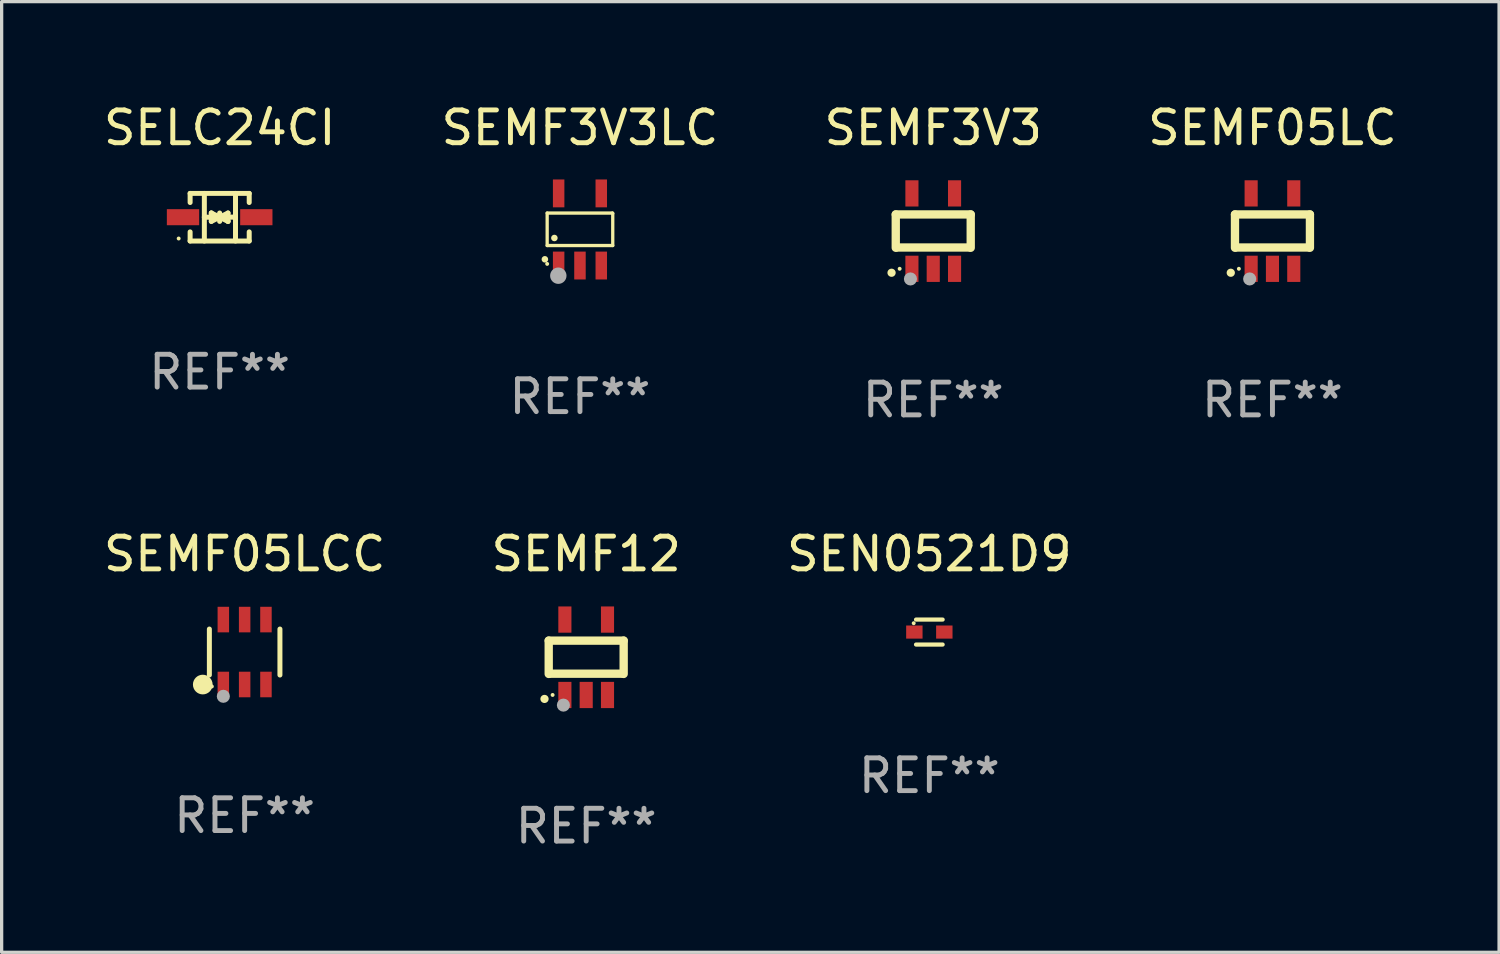
<source format=kicad_pcb>
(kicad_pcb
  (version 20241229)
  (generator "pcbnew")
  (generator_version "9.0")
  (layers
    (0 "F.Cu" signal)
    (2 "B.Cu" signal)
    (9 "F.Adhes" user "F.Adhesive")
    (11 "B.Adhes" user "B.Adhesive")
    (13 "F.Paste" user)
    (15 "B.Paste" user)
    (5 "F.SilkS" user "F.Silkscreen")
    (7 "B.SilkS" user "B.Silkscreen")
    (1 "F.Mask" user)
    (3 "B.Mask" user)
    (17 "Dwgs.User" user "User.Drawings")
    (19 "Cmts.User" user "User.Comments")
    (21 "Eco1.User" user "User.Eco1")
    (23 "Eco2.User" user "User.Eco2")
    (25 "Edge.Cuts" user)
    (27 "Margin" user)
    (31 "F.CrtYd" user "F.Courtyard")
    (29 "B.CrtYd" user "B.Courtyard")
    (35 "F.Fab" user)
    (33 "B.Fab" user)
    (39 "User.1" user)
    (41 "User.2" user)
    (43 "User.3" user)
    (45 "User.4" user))
  (footprint "SEN0521D9"
    (layer "F.Cu")
    (at 25.292 16.226)
    (property "Reference" "SEN0521D9" (at 0 -2.381 0) (layer "F.SilkS") (effects (font (size 1 1) (thickness 0.15))))
    (attr through_hole)
    (fp_line (start -0.406 -0.381) (end 0.406 -0.381) (stroke (width 0.127) (type solid)) (layer "F.SilkS"))
    (fp_line (start 0.406 0.381) (end -0.406 0.381) (stroke (width 0.127) (type solid)) (layer "F.SilkS"))
    (fp_circle (center -0.477 -0.27) (end -0.447 -0.27) (stroke (width 0.06) (type solid)) (fill no) (layer "F.SilkS"))
    (fp_text user "REF**" (at 0 4.381 0) (layer "F.Fab") (effects (font (size 1 1) (thickness 0.15))))
    (pad "1" smd rect (at -0.457 0 90) (size 0.4 0.5) (layers "F.Cu" "F.Mask" "F.Paste"))
    (pad "2" smd rect (at 0.457 0 90) (size 0.4 0.5) (layers "F.Cu" "F.Mask" "F.Paste")))
  (footprint "SEMF05LC"
    (layer "F.Cu")
    (at 35.756 3.998)
    (property "Reference" "SEMF05LC" (at 0 -3.15 0) (layer "F.SilkS") (effects (font (size 1 1) (thickness 0.15))))
    (attr through_hole)
    (fp_line (start -1.143 -0.508) (end -1.143 0.508) (stroke (width 0.254) (type solid)) (layer "F.SilkS"))
    (fp_line (start -1.1 0.5) (end 1.1 0.5) (stroke (width 0.254) (type solid)) (layer "F.SilkS"))
    (fp_line (start 1.143 -0.508) (end -1.143 -0.508) (stroke (width 0.254) (type solid)) (layer "F.SilkS"))
    (fp_line (start 1.143 0.508) (end 1.143 -0.508) (stroke (width 0.254) (type solid)) (layer "F.SilkS"))
    (fp_arc (start -1.272543 1.26999) (mid -1.271273 1.269983) (end -1.270003 1.26999) (stroke (width 0.24892) (type solid)) (layer "F.SilkS"))
    (fp_circle (center -1.024 1.149) (end -0.994 1.149) (stroke (width 0.06) (type solid)) (fill no) (layer "F.SilkS"))
    (fp_circle (center -0.695 1.459) (end -0.595 1.459) (stroke (width 0.2) (type solid)) (fill no) (layer "F.Fab"))
    (fp_text user "REF**" (at 0 5.15 0) (layer "F.Fab") (effects (font (size 1 1) (thickness 0.15))))
    (pad "1" smd rect (at -0.65 1.15) (size 0.4 0.8) (layers "F.Cu" "F.Mask" "F.Paste"))
    (pad "2" smd rect (at 0 1.15) (size 0.4 0.8) (layers "F.Cu" "F.Mask" "F.Paste"))
    (pad "3" smd rect (at 0.65 1.15) (size 0.4 0.8) (layers "F.Cu" "F.Mask" "F.Paste"))
    (pad "4" smd rect (at 0.65 -1.15) (size 0.4 0.8) (layers "F.Cu" "F.Mask" "F.Paste"))
    (pad "5" smd rect (at -0.65 -1.15) (size 0.4 0.8) (layers "F.Cu" "F.Mask" "F.Paste")))
  (footprint "SEMF3V3"
    (layer "F.Cu")
    (at 25.411 3.998)
    (property "Reference" "SEMF3V3" (at 0 -3.15 0) (layer "F.SilkS") (effects (font (size 1 1) (thickness 0.15))))
    (attr through_hole)
    (fp_line (start -1.143 -0.508) (end -1.143 0.508) (stroke (width 0.254) (type solid)) (layer "F.SilkS"))
    (fp_line (start -1.1 0.5) (end 1.1 0.5) (stroke (width 0.254) (type solid)) (layer "F.SilkS"))
    (fp_line (start 1.143 -0.508) (end -1.143 -0.508) (stroke (width 0.254) (type solid)) (layer "F.SilkS"))
    (fp_line (start 1.143 0.508) (end 1.143 -0.508) (stroke (width 0.254) (type solid)) (layer "F.SilkS"))
    (fp_arc (start -1.272543 1.26999) (mid -1.271273 1.269983) (end -1.270003 1.26999) (stroke (width 0.24892) (type solid)) (layer "F.SilkS"))
    (fp_circle (center -1.024 1.149) (end -0.994 1.149) (stroke (width 0.06) (type solid)) (fill no) (layer "F.SilkS"))
    (fp_circle (center -0.695 1.459) (end -0.595 1.459) (stroke (width 0.2) (type solid)) (fill no) (layer "F.Fab"))
    (fp_text user "REF**" (at 0 5.15 0) (layer "F.Fab") (effects (font (size 1 1) (thickness 0.15))))
    (pad "1" smd rect (at -0.65 1.15) (size 0.4 0.8) (layers "F.Cu" "F.Mask" "F.Paste"))
    (pad "2" smd rect (at 0 1.15) (size 0.4 0.8) (layers "F.Cu" "F.Mask" "F.Paste"))
    (pad "3" smd rect (at 0.65 1.15) (size 0.4 0.8) (layers "F.Cu" "F.Mask" "F.Paste"))
    (pad "4" smd rect (at 0.65 -1.15) (size 0.4 0.8) (layers "F.Cu" "F.Mask" "F.Paste"))
    (pad "5" smd rect (at -0.65 -1.15) (size 0.4 0.8) (layers "F.Cu" "F.Mask" "F.Paste")))
  (footprint "SEMF3V3LC"
    (layer "F.Cu")
    (at 14.637 3.948)
    (property "Reference" "SEMF3V3LC" (at 0 -3.1 0) (layer "F.SilkS") (effects (font (size 1 1) (thickness 0.15))))
    (attr through_hole)
    (fp_line (start -1 -0.5) (end -1 0.49) (stroke (width 0.1) (type solid)) (layer "F.SilkS"))
    (fp_line (start -1 0.49) (end 1 0.49) (stroke (width 0.1) (type solid)) (layer "F.SilkS"))
    (fp_line (start 0.99 -0.5) (end -1 -0.5) (stroke (width 0.1) (type solid)) (layer "F.SilkS"))
    (fp_line (start 1 -0.49) (end 0.99 -0.5) (stroke (width 0.1) (type solid)) (layer "F.SilkS"))
    (fp_line (start 1 0.49) (end 1 -0.49) (stroke (width 0.1) (type solid)) (layer "F.SilkS"))
    (fp_circle (center -1.07 0.91) (end -1.02 0.91) (stroke (width 0.1) (type solid)) (fill no) (layer "F.SilkS"))
    (fp_circle (center -1 1.05) (end -0.97 1.05) (stroke (width 0.06) (type solid)) (fill no) (layer "F.SilkS"))
    (fp_circle (center -0.78 0.26) (end -0.73 0.26) (stroke (width 0.1) (type solid)) (fill no) (layer "F.SilkS"))
    (fp_circle (center -0.66 1.41) (end -0.535 1.41) (stroke (width 0.25) (type solid)) (fill no) (layer "F.Fab"))
    (fp_text user "REF**" (at 0 5.1 0) (layer "F.Fab") (effects (font (size 1 1) (thickness 0.15))))
    (pad "1" smd rect (at -0.65 1.1) (size 0.35 0.85) (layers "F.Cu" "F.Mask" "F.Paste"))
    (pad "2" smd rect (at 0.000051 1.1) (size 0.35 0.85) (layers "F.Cu" "F.Mask" "F.Paste"))
    (pad "3" smd rect (at 0.65 1.1) (size 0.35 0.85) (layers "F.Cu" "F.Mask" "F.Paste"))
    (pad "4" smd rect (at 0.65 -1.1) (size 0.35 0.85) (layers "F.Cu" "F.Mask" "F.Paste"))
    (pad "5" smd rect (at -0.65 -1.1) (size 0.35 0.85) (layers "F.Cu" "F.Mask" "F.Paste")))
  (footprint "SEMF12"
    (layer "F.Cu")
    (at 14.827 16.995)
    (property "Reference" "SEMF12" (at 0 -3.15 0) (layer "F.SilkS") (effects (font (size 1 1) (thickness 0.15))))
    (attr through_hole)
    (fp_line (start -1.143 -0.508) (end -1.143 0.508) (stroke (width 0.254) (type solid)) (layer "F.SilkS"))
    (fp_line (start -1.1 0.5) (end 1.1 0.5) (stroke (width 0.254) (type solid)) (layer "F.SilkS"))
    (fp_line (start 1.143 -0.508) (end -1.143 -0.508) (stroke (width 0.254) (type solid)) (layer "F.SilkS"))
    (fp_line (start 1.143 0.508) (end 1.143 -0.508) (stroke (width 0.254) (type solid)) (layer "F.SilkS"))
    (fp_arc (start -1.272543 1.26999) (mid -1.271273 1.269983) (end -1.270003 1.26999) (stroke (width 0.24892) (type solid)) (layer "F.SilkS"))
    (fp_circle (center -1.024 1.149) (end -0.994 1.149) (stroke (width 0.06) (type solid)) (fill no) (layer "F.SilkS"))
    (fp_circle (center -0.695 1.459) (end -0.595 1.459) (stroke (width 0.2) (type solid)) (fill no) (layer "F.Fab"))
    (fp_text user "REF**" (at 0 5.15 0) (layer "F.Fab") (effects (font (size 1 1) (thickness 0.15))))
    (pad "1" smd rect (at -0.65 1.15) (size 0.4 0.8) (layers "F.Cu" "F.Mask" "F.Paste"))
    (pad "2" smd rect (at 0 1.15) (size 0.4 0.8) (layers "F.Cu" "F.Mask" "F.Paste"))
    (pad "3" smd rect (at 0.65 1.15) (size 0.4 0.8) (layers "F.Cu" "F.Mask" "F.Paste"))
    (pad "4" smd rect (at 0.65 -1.15) (size 0.4 0.8) (layers "F.Cu" "F.Mask" "F.Paste"))
    (pad "5" smd rect (at -0.65 -1.15) (size 0.4 0.8) (layers "F.Cu" "F.Mask" "F.Paste")))
  (footprint "SELC24CI"
    (layer "F.Cu")
    (at 3.649 3.574)
    (property "Reference" "SELC24CI" (at 0 -2.726 0) (layer "F.SilkS") (effects (font (size 1 1) (thickness 0.15))))
    (attr through_hole)
    (fp_line (start -0.901 -0.726) (end -0.901 -0.448) (stroke (width 0.152) (type solid)) (layer "F.SilkS"))
    (fp_line (start -0.901 0.726) (end -0.901 0.448) (stroke (width 0.152) (type solid)) (layer "F.SilkS"))
    (fp_line (start -0.467 0) (end 0.483 -0.003) (stroke (width 0.154) (type solid)) (layer "F.SilkS"))
    (fp_line (start -0.467 0.726) (end -0.467 -0.726) (stroke (width 0.152) (type solid)) (layer "F.SilkS"))
    (fp_line (start -0.254 -0.127) (end -0.254 -0.127) (stroke (width 0.154) (type solid)) (layer "F.SilkS"))
    (fp_line (start -0.254 -0.127) (end -0.002 -0.003) (stroke (width 0.154) (type solid)) (layer "F.SilkS"))
    (fp_line (start -0.254 0.127) (end -0.254 -0.127) (stroke (width 0.154) (type solid)) (layer "F.SilkS"))
    (fp_line (start -0.127 0) (end 0.003 0) (stroke (width 0.154) (type solid)) (layer "F.SilkS"))
    (fp_line (start -0.003 0) (end -0.254 0.127) (stroke (width 0.154) (type solid)) (layer "F.SilkS"))
    (fp_line (start 0 -0.127) (end 0 0.127) (stroke (width 0.154) (type solid)) (layer "F.SilkS"))
    (fp_line (start 0.003 0) (end 0.254 -0.127) (stroke (width 0.154) (type solid)) (layer "F.SilkS"))
    (fp_line (start 0.127 0) (end -0.003 0) (stroke (width 0.154) (type solid)) (layer "F.SilkS"))
    (fp_line (start 0.254 -0.127) (end 0.254 0.127) (stroke (width 0.154) (type solid)) (layer "F.SilkS"))
    (fp_line (start 0.254 0.127) (end 0.002 0.003) (stroke (width 0.154) (type solid)) (layer "F.SilkS"))
    (fp_line (start 0.254 0.127) (end 0.254 0.127) (stroke (width 0.154) (type solid)) (layer "F.SilkS"))
    (fp_line (start 0.483 0.726) (end 0.483 -0.726) (stroke (width 0.152) (type solid)) (layer "F.SilkS"))
    (fp_line (start 0.901 -0.726) (end -0.901 -0.726) (stroke (width 0.152) (type solid)) (layer "F.SilkS"))
    (fp_line (start 0.901 -0.726) (end 0.901 -0.448) (stroke (width 0.152) (type solid)) (layer "F.SilkS"))
    (fp_line (start 0.901 0.726) (end -0.901 0.726) (stroke (width 0.152) (type solid)) (layer "F.SilkS"))
    (fp_line (start 0.901 0.726) (end 0.901 0.448) (stroke (width 0.152) (type solid)) (layer "F.SilkS"))
    (fp_circle (center -1.25 0.65) (end -1.22 0.65) (stroke (width 0.06) (type solid)) (fill no) (layer "F.SilkS"))
    (fp_text user "REF**" (at 0 4.726 0) (layer "F.Fab") (effects (font (size 1 1) (thickness 0.15))))
    (pad "1" smd rect (at -1.118 0) (size 0.985 0.49) (layers "F.Cu" "F.Mask" "F.Paste"))
    (pad "2" smd rect (at 1.118 0) (size 0.985 0.49) (layers "F.Cu" "F.Mask" "F.Paste")))
  (footprint "SEMF05LCC"
    (layer "F.Cu")
    (at 4.411 16.835)
    (property "Reference" "SEMF05LCC" (at 0 -2.99 0) (layer "F.SilkS") (effects (font (size 1 1) (thickness 0.15))))
    (attr through_hole)
    (fp_line (start -1.076 0.701) (end -1.076 -0.701) (stroke (width 0.152) (type solid)) (layer "F.SilkS"))
    (fp_line (start 1.076 0.701) (end 1.076 -0.701) (stroke (width 0.152) (type solid)) (layer "F.SilkS"))
    (fp_circle (center -1.277 0.992) (end -1.127 0.992) (stroke (width 0.3) (type solid)) (fill no) (layer "F.SilkS"))
    (fp_circle (center -1 1.05) (end -0.97 1.05) (stroke (width 0.06) (type solid)) (fill no) (layer "F.SilkS"))
    (fp_circle (center -0.65 1.35) (end -0.55 1.35) (stroke (width 0.2) (type solid)) (fill no) (layer "F.Fab"))
    (fp_text user "REF**" (at 0 4.99 0) (layer "F.Fab") (effects (font (size 1 1) (thickness 0.15))))
    (pad "1" smd rect (at -0.65 0.99) (size 0.35 0.78) (layers "F.Cu" "F.Mask" "F.Paste"))
    (pad "2" smd rect (at 0 0.99) (size 0.35 0.78) (layers "F.Cu" "F.Mask" "F.Paste"))
    (pad "3" smd rect (at 0.65 0.99) (size 0.35 0.78) (layers "F.Cu" "F.Mask" "F.Paste"))
    (pad "4" smd rect (at 0.65 -0.99) (size 0.35 0.78) (layers "F.Cu" "F.Mask" "F.Paste"))
    (pad "5" smd rect (at 0 -0.99) (size 0.35 0.78) (layers "F.Cu" "F.Mask" "F.Paste"))
    (pad "6" smd rect (at -0.65 -0.99) (size 0.35 0.78) (layers "F.Cu" "F.Mask" "F.Paste")))
  (gr_rect
    (start -3 -3)
    (end 42.667 25.993)
    (stroke (width 0.1) (type default))
    (fill no)
    (layer "Edge.Cuts")))
</source>
